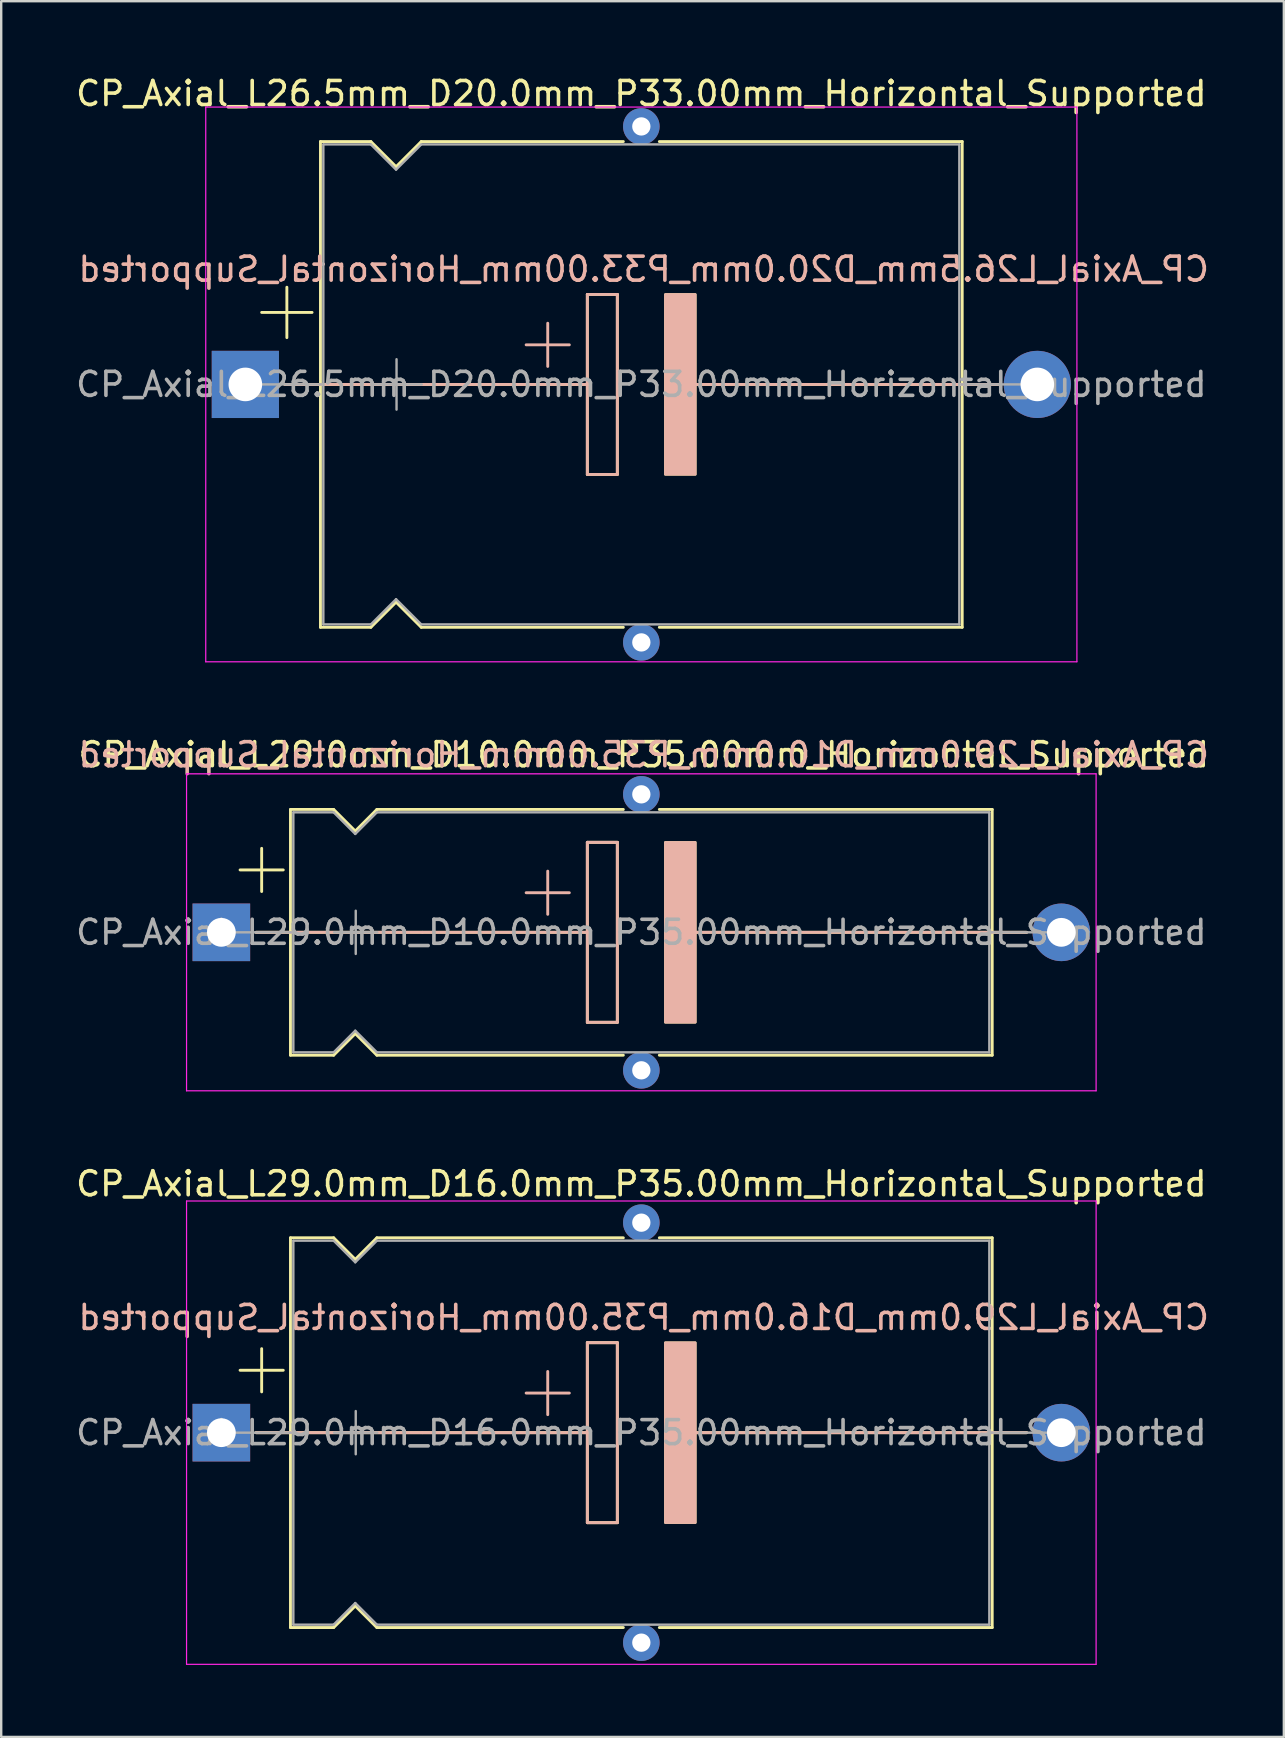
<source format=kicad_pcb>
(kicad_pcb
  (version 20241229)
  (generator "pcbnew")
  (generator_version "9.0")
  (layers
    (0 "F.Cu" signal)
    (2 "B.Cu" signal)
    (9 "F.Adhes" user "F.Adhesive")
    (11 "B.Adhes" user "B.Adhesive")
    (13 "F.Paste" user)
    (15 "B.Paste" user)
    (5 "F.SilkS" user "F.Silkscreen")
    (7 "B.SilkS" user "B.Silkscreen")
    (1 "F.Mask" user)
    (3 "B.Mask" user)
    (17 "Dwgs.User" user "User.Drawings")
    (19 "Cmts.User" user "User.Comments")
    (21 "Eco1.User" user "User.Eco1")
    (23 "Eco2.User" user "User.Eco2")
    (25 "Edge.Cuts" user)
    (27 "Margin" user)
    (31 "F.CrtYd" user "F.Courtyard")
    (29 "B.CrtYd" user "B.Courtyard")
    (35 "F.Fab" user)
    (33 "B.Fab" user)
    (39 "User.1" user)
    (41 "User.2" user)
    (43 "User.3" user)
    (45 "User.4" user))
  (footprint "CP_Axial_L29.0mm_D10.0mm_P35.00mm_Horizontal_Supported"
    (layer "F.Cu")
    (at 6.173 35.798)
    (property "Reference" "CP_Axial_L29.0mm_D10.0mm_P35.00mm_Horizontal_Supported" (at 17.6 -7.4 0) (layer "F.SilkS") (effects (font (size 1 1) (thickness 0.15))))
    (fp_line (start 0.78 -2.6) (end 2.58 -2.6) (stroke (width 0.12) (type solid)) (layer "F.SilkS"))
    (fp_line (start 1.44 0) (end 2.88 0) (stroke (width 0.12) (type solid)) (layer "F.SilkS"))
    (fp_line (start 1.68 -3.5) (end 1.68 -1.7) (stroke (width 0.12) (type solid)) (layer "F.SilkS"))
    (fp_line (start 2.88 -5.12) (end 2.88 5.12) (stroke (width 0.12) (type solid)) (layer "F.SilkS"))
    (fp_line (start 2.88 -5.12) (end 4.68 -5.12) (stroke (width 0.12) (type solid)) (layer "F.SilkS"))
    (fp_line (start 2.88 0) (end 15.25 0) (stroke (width 0.12) (type solid)) (layer "F.SilkS"))
    (fp_line (start 2.88 5.12) (end 4.68 5.12) (stroke (width 0.12) (type solid)) (layer "F.SilkS"))
    (fp_line (start 4.68 -5.12) (end 5.58 -4.22) (stroke (width 0.12) (type solid)) (layer "F.SilkS"))
    (fp_line (start 4.68 5.12) (end 5.58 4.22) (stroke (width 0.12) (type solid)) (layer "F.SilkS"))
    (fp_line (start 5.58 -4.22) (end 6.48 -5.12) (stroke (width 0.12) (type solid)) (layer "F.SilkS"))
    (fp_line (start 5.58 4.22) (end 6.48 5.12) (stroke (width 0.12) (type solid)) (layer "F.SilkS"))
    (fp_line (start 6.48 -5.12) (end 16.75 -5.12) (stroke (width 0.12) (type solid)) (layer "F.SilkS"))
    (fp_line (start 6.48 5.12) (end 16.75 5.12) (stroke (width 0.12) (type solid)) (layer "F.SilkS"))
    (fp_line (start 15.25 -3.75) (end 16.5 -3.75) (stroke (width 0.12) (type solid)) (layer "F.SilkS"))
    (fp_line (start 15.25 0) (end 15.25 -3.75) (stroke (width 0.12) (type solid)) (layer "F.SilkS"))
    (fp_line (start 15.25 3.75) (end 15.25 0) (stroke (width 0.12) (type solid)) (layer "F.SilkS"))
    (fp_line (start 16.5 -3.75) (end 16.5 3.75) (stroke (width 0.12) (type solid)) (layer "F.SilkS"))
    (fp_line (start 16.5 3.75) (end 15.25 3.75) (stroke (width 0.12) (type solid)) (layer "F.SilkS"))
    (fp_line (start 18.25 -5.12) (end 32.12 -5.12) (stroke (width 0.12) (type solid)) (layer "F.SilkS"))
    (fp_line (start 18.25 5.12) (end 32.12 5.12) (stroke (width 0.12) (type solid)) (layer "F.SilkS"))
    (fp_line (start 19.75 0) (end 32.131 0) (stroke (width 0.12) (type solid)) (layer "F.SilkS"))
    (fp_line (start 32.12 -5.12) (end 32.12 5.12) (stroke (width 0.12) (type solid)) (layer "F.SilkS"))
    (fp_line (start 33.56 0) (end 32.12 0) (stroke (width 0.12) (type solid)) (layer "F.SilkS"))
    (fp_poly (pts (xy 19.75 3.75) (xy 18.5 3.75) (xy 18.5 -3.75) (xy 19.75 -3.75)) (stroke (width 0.1) (type solid)) (fill yes) (layer "F.SilkS"))
    (fp_line (start 1.45 0) (end 8.38 0) (stroke (width 0.12) (type solid)) (layer "B.SilkS"))
    (fp_line (start 8.38 0) (end 15.25 0) (stroke (width 0.12) (type solid)) (layer "B.SilkS"))
    (fp_line (start 13.6 -2.55) (end 13.6 -0.75) (stroke (width 0.12) (type solid)) (layer "B.SilkS"))
    (fp_line (start 14.5 -1.65) (end 12.7 -1.65) (stroke (width 0.12) (type solid)) (layer "B.SilkS"))
    (fp_line (start 15.25 -3.75) (end 16.5 -3.75) (stroke (width 0.12) (type solid)) (layer "B.SilkS"))
    (fp_line (start 15.25 0) (end 15.25 -3.75) (stroke (width 0.12) (type solid)) (layer "B.SilkS"))
    (fp_line (start 15.25 3.75) (end 15.25 0) (stroke (width 0.12) (type solid)) (layer "B.SilkS"))
    (fp_line (start 16.5 -3.75) (end 16.5 3.75) (stroke (width 0.12) (type solid)) (layer "B.SilkS"))
    (fp_line (start 16.5 3.75) (end 15.25 3.75) (stroke (width 0.12) (type solid)) (layer "B.SilkS"))
    (fp_line (start 19.75 0) (end 26.62 0) (stroke (width 0.12) (type solid)) (layer "B.SilkS"))
    (fp_line (start 33.55 0) (end 26.62 0) (stroke (width 0.12) (type solid)) (layer "B.SilkS"))
    (fp_poly (pts (xy 19.75 3.75) (xy 18.5 3.75) (xy 18.5 -3.75) (xy 19.75 -3.75)) (stroke (width 0.1) (type solid)) (fill yes) (layer "B.SilkS"))
    (fp_line (start -1.45 -6.604) (end -1.45 6.604) (stroke (width 0.05) (type solid)) (layer "F.CrtYd"))
    (fp_line (start -1.45 6.604) (end 36.45 6.604) (stroke (width 0.05) (type solid)) (layer "F.CrtYd"))
    (fp_line (start 36.449 6.604) (end 36.449 -6.604) (stroke (width 0.05) (type solid)) (layer "F.CrtYd"))
    (fp_line (start 36.45 -6.604) (end -1.45 -6.604) (stroke (width 0.05) (type solid)) (layer "F.CrtYd"))
    (fp_line (start 0 0) (end 3 0) (stroke (width 0.1) (type solid)) (layer "F.Fab"))
    (fp_line (start 3 -5) (end 3 5) (stroke (width 0.1) (type solid)) (layer "F.Fab"))
    (fp_line (start 3 -5) (end 4.68 -5) (stroke (width 0.1) (type solid)) (layer "F.Fab"))
    (fp_line (start 3 5) (end 4.68 5) (stroke (width 0.1) (type solid)) (layer "F.Fab"))
    (fp_line (start 4.68 -5) (end 5.58 -4.1) (stroke (width 0.1) (type solid)) (layer "F.Fab"))
    (fp_line (start 4.68 5) (end 5.58 4.1) (stroke (width 0.1) (type solid)) (layer "F.Fab"))
    (fp_line (start 4.7 0) (end 6.5 0) (stroke (width 0.1) (type solid)) (layer "F.Fab"))
    (fp_line (start 5.58 -4.1) (end 6.48 -5) (stroke (width 0.1) (type solid)) (layer "F.Fab"))
    (fp_line (start 5.58 4.1) (end 6.48 5) (stroke (width 0.1) (type solid)) (layer "F.Fab"))
    (fp_line (start 5.6 -0.9) (end 5.6 0.9) (stroke (width 0.1) (type solid)) (layer "F.Fab"))
    (fp_line (start 6.48 -5) (end 32 -5) (stroke (width 0.1) (type solid)) (layer "F.Fab"))
    (fp_line (start 6.48 5) (end 32 5) (stroke (width 0.1) (type solid)) (layer "F.Fab"))
    (fp_line (start 32 -5) (end 32 5) (stroke (width 0.1) (type solid)) (layer "F.Fab"))
    (fp_line (start 35 0) (end 32 0) (stroke (width 0.1) (type solid)) (layer "F.Fab"))
    (fp_text user "${REFERENCE}" (at 17.6 -7.4 0) (layer "B.SilkS") (effects (font (size 1 1) (thickness 0.15)) (justify mirror)))
    (fp_text user "${REFERENCE}" (at 17.5 0 0) (layer "F.Fab") (effects (font (size 1 1) (thickness 0.15))))
    (pad "" thru_hole circle (at 17.5 -5.75) (size 1.524 1.524) (drill 0.762) (layers "*.Cu" "*.Mask"))
    (pad "" thru_hole circle (at 17.5 5.75) (size 1.524 1.524) (drill 0.762) (layers "*.Cu" "*.Mask"))
    (pad "1" thru_hole rect (at 0 0) (size 2.4 2.4) (drill 1.2) (layers "*.Cu" "*.Mask"))
    (pad "2" thru_hole oval (at 35 0) (size 2.4 2.4) (drill 1.2) (layers "*.Cu" "*.Mask")))
  (footprint "CP_Axial_L29.0mm_D16.0mm_P35.00mm_Horizontal_Supported"
    (layer "F.Cu")
    (at 6.173 56.646)
    (property "Reference" "CP_Axial_L29.0mm_D16.0mm_P35.00mm_Horizontal_Supported" (at 17.5 -10.37 0) (layer "F.SilkS") (effects (font (size 1 1) (thickness 0.15))))
    (fp_line (start 0.78 -2.6) (end 2.58 -2.6) (stroke (width 0.12) (type solid)) (layer "F.SilkS"))
    (fp_line (start 1.44 0) (end 2.88 0) (stroke (width 0.12) (type solid)) (layer "F.SilkS"))
    (fp_line (start 1.68 -3.5) (end 1.68 -1.7) (stroke (width 0.12) (type solid)) (layer "F.SilkS"))
    (fp_line (start 2.88 -8.12) (end 2.88 8.12) (stroke (width 0.12) (type solid)) (layer "F.SilkS"))
    (fp_line (start 2.88 -8.12) (end 4.68 -8.12) (stroke (width 0.12) (type solid)) (layer "F.SilkS"))
    (fp_line (start 2.88 0) (end 15.25 0) (stroke (width 0.12) (type solid)) (layer "F.SilkS"))
    (fp_line (start 2.88 8.12) (end 4.68 8.12) (stroke (width 0.12) (type solid)) (layer "F.SilkS"))
    (fp_line (start 4.68 -8.12) (end 5.58 -7.22) (stroke (width 0.12) (type solid)) (layer "F.SilkS"))
    (fp_line (start 4.68 8.12) (end 5.58 7.22) (stroke (width 0.12) (type solid)) (layer "F.SilkS"))
    (fp_line (start 5.58 -7.22) (end 6.48 -8.12) (stroke (width 0.12) (type solid)) (layer "F.SilkS"))
    (fp_line (start 5.58 7.22) (end 6.48 8.12) (stroke (width 0.12) (type solid)) (layer "F.SilkS"))
    (fp_line (start 6.48 -8.12) (end 16.75 -8.12) (stroke (width 0.12) (type solid)) (layer "F.SilkS"))
    (fp_line (start 6.48 8.12) (end 16.75 8.12) (stroke (width 0.12) (type solid)) (layer "F.SilkS"))
    (fp_line (start 15.25 -3.75) (end 16.5 -3.75) (stroke (width 0.12) (type solid)) (layer "F.SilkS"))
    (fp_line (start 15.25 0) (end 15.25 -3.75) (stroke (width 0.12) (type solid)) (layer "F.SilkS"))
    (fp_line (start 15.25 3.75) (end 15.25 0) (stroke (width 0.12) (type solid)) (layer "F.SilkS"))
    (fp_line (start 16.5 -3.75) (end 16.5 3.75) (stroke (width 0.12) (type solid)) (layer "F.SilkS"))
    (fp_line (start 16.5 3.75) (end 15.25 3.75) (stroke (width 0.12) (type solid)) (layer "F.SilkS"))
    (fp_line (start 18.25 -8.12) (end 32.12 -8.12) (stroke (width 0.12) (type solid)) (layer "F.SilkS"))
    (fp_line (start 18.25 8.12) (end 32.12 8.12) (stroke (width 0.12) (type solid)) (layer "F.SilkS"))
    (fp_line (start 19.75 0) (end 32.131 0) (stroke (width 0.12) (type solid)) (layer "F.SilkS"))
    (fp_line (start 32.12 -8.12) (end 32.12 8.12) (stroke (width 0.12) (type solid)) (layer "F.SilkS"))
    (fp_line (start 33.56 0) (end 32.12 0) (stroke (width 0.12) (type solid)) (layer "F.SilkS"))
    (fp_poly (pts (xy 19.75 3.75) (xy 18.5 3.75) (xy 18.5 -3.75) (xy 19.75 -3.75)) (stroke (width 0.1) (type solid)) (fill yes) (layer "F.SilkS"))
    (fp_line (start 1.45 0) (end 8.38 0) (stroke (width 0.12) (type solid)) (layer "B.SilkS"))
    (fp_line (start 8.38 0) (end 15.25 0) (stroke (width 0.12) (type solid)) (layer "B.SilkS"))
    (fp_line (start 13.6 -2.55) (end 13.6 -0.75) (stroke (width 0.12) (type solid)) (layer "B.SilkS"))
    (fp_line (start 14.5 -1.65) (end 12.7 -1.65) (stroke (width 0.12) (type solid)) (layer "B.SilkS"))
    (fp_line (start 15.25 -3.75) (end 16.5 -3.75) (stroke (width 0.12) (type solid)) (layer "B.SilkS"))
    (fp_line (start 15.25 0) (end 15.25 -3.75) (stroke (width 0.12) (type solid)) (layer "B.SilkS"))
    (fp_line (start 15.25 3.75) (end 15.25 0) (stroke (width 0.12) (type solid)) (layer "B.SilkS"))
    (fp_line (start 16.5 -3.75) (end 16.5 3.75) (stroke (width 0.12) (type solid)) (layer "B.SilkS"))
    (fp_line (start 16.5 3.75) (end 15.25 3.75) (stroke (width 0.12) (type solid)) (layer "B.SilkS"))
    (fp_line (start 19.75 0) (end 26.62 0) (stroke (width 0.12) (type solid)) (layer "B.SilkS"))
    (fp_line (start 33.55 0) (end 26.62 0) (stroke (width 0.12) (type solid)) (layer "B.SilkS"))
    (fp_poly (pts (xy 19.75 3.75) (xy 18.5 3.75) (xy 18.5 -3.75) (xy 19.75 -3.75)) (stroke (width 0.1) (type solid)) (fill yes) (layer "B.SilkS"))
    (fp_line (start -1.45 -9.652) (end -1.45 9.652) (stroke (width 0.05) (type solid)) (layer "F.CrtYd"))
    (fp_line (start -1.45 9.652) (end 36.45 9.652) (stroke (width 0.05) (type solid)) (layer "F.CrtYd"))
    (fp_line (start 36.449 9.652) (end 36.45 -9.652) (stroke (width 0.05) (type solid)) (layer "F.CrtYd"))
    (fp_line (start 36.45 -9.652) (end -1.45 -9.652) (stroke (width 0.05) (type solid)) (layer "F.CrtYd"))
    (fp_line (start 0 0) (end 3 0) (stroke (width 0.1) (type solid)) (layer "F.Fab"))
    (fp_line (start 3 -8) (end 3 8) (stroke (width 0.1) (type solid)) (layer "F.Fab"))
    (fp_line (start 3 -8) (end 4.68 -8) (stroke (width 0.1) (type solid)) (layer "F.Fab"))
    (fp_line (start 3 8) (end 4.68 8) (stroke (width 0.1) (type solid)) (layer "F.Fab"))
    (fp_line (start 4.68 -8) (end 5.58 -7.1) (stroke (width 0.1) (type solid)) (layer "F.Fab"))
    (fp_line (start 4.68 8) (end 5.58 7.1) (stroke (width 0.1) (type solid)) (layer "F.Fab"))
    (fp_line (start 4.7 0) (end 6.5 0) (stroke (width 0.1) (type solid)) (layer "F.Fab"))
    (fp_line (start 5.58 -7.1) (end 6.48 -8) (stroke (width 0.1) (type solid)) (layer "F.Fab"))
    (fp_line (start 5.58 7.1) (end 6.48 8) (stroke (width 0.1) (type solid)) (layer "F.Fab"))
    (fp_line (start 5.6 -0.9) (end 5.6 0.9) (stroke (width 0.1) (type solid)) (layer "F.Fab"))
    (fp_line (start 6.48 -8) (end 32 -8) (stroke (width 0.1) (type solid)) (layer "F.Fab"))
    (fp_line (start 6.48 8) (end 32 8) (stroke (width 0.1) (type solid)) (layer "F.Fab"))
    (fp_line (start 32 -8) (end 32 8) (stroke (width 0.1) (type solid)) (layer "F.Fab"))
    (fp_line (start 35 0) (end 32 0) (stroke (width 0.1) (type solid)) (layer "F.Fab"))
    (fp_text user "${REFERENCE}" (at 17.6 -4.8 0) (layer "B.SilkS") (effects (font (size 1 1) (thickness 0.15)) (justify mirror)))
    (fp_text user "${REFERENCE}" (at 17.5 0 0) (layer "F.Fab") (effects (font (size 1 1) (thickness 0.15))))
    (pad "" thru_hole circle (at 17.5 -8.75) (size 1.524 1.524) (drill 0.762) (layers "*.Cu" "*.Mask"))
    (pad "" thru_hole circle (at 17.5 8.75) (size 1.524 1.524) (drill 0.762) (layers "*.Cu" "*.Mask"))
    (pad "1" thru_hole rect (at 0 0) (size 2.4 2.4) (drill 1.2) (layers "*.Cu" "*.Mask"))
    (pad "2" thru_hole oval (at 35 0) (size 2.4 2.4) (drill 1.2) (layers "*.Cu" "*.Mask")))
  (footprint "CP_Axial_L26.5mm_D20.0mm_P33.00mm_Horizontal_Supported"
    (layer "F.Cu")
    (at 7.173 12.968)
    (property "Reference" "CP_Axial_L26.5mm_D20.0mm_P33.00mm_Horizontal_Supported" (at 16.5 -12.12 0) (layer "F.SilkS") (effects (font (size 1 1) (thickness 0.15))))
    (fp_line (start 0.68 -3) (end 2.78 -3) (stroke (width 0.12) (type solid)) (layer "F.SilkS"))
    (fp_line (start 1.64 0) (end 3.13 0) (stroke (width 0.12) (type solid)) (layer "F.SilkS"))
    (fp_line (start 1.73 -4.05) (end 1.73 -1.95) (stroke (width 0.12) (type solid)) (layer "F.SilkS"))
    (fp_line (start 3.13 -10.12) (end 3.13 10.12) (stroke (width 0.12) (type solid)) (layer "F.SilkS"))
    (fp_line (start 3.13 -10.12) (end 5.23 -10.12) (stroke (width 0.12) (type solid)) (layer "F.SilkS"))
    (fp_line (start 3.13 0) (end 14.25 0) (stroke (width 0.12) (type solid)) (layer "F.SilkS"))
    (fp_line (start 3.13 10.12) (end 5.23 10.12) (stroke (width 0.12) (type solid)) (layer "F.SilkS"))
    (fp_line (start 5.23 -10.12) (end 6.28 -9.07) (stroke (width 0.12) (type solid)) (layer "F.SilkS"))
    (fp_line (start 5.23 10.12) (end 6.28 9.07) (stroke (width 0.12) (type solid)) (layer "F.SilkS"))
    (fp_line (start 6.28 -9.07) (end 7.33 -10.12) (stroke (width 0.12) (type solid)) (layer "F.SilkS"))
    (fp_line (start 6.28 9.07) (end 7.33 10.12) (stroke (width 0.12) (type solid)) (layer "F.SilkS"))
    (fp_line (start 7.33 -10.12) (end 15.75 -10.12) (stroke (width 0.12) (type solid)) (layer "F.SilkS"))
    (fp_line (start 7.33 10.12) (end 15.75 10.12) (stroke (width 0.12) (type solid)) (layer "F.SilkS"))
    (fp_line (start 14.25 -3.75) (end 15.5 -3.75) (stroke (width 0.12) (type solid)) (layer "F.SilkS"))
    (fp_line (start 14.25 0) (end 14.25 -3.75) (stroke (width 0.12) (type solid)) (layer "F.SilkS"))
    (fp_line (start 14.25 3.75) (end 14.25 0) (stroke (width 0.12) (type solid)) (layer "F.SilkS"))
    (fp_line (start 15.5 -3.75) (end 15.5 3.75) (stroke (width 0.12) (type solid)) (layer "F.SilkS"))
    (fp_line (start 15.5 3.75) (end 14.25 3.75) (stroke (width 0.12) (type solid)) (layer "F.SilkS"))
    (fp_line (start 17.25 -10.12) (end 29.87 -10.12) (stroke (width 0.12) (type solid)) (layer "F.SilkS"))
    (fp_line (start 17.25 10.12) (end 29.87 10.12) (stroke (width 0.12) (type solid)) (layer "F.SilkS"))
    (fp_line (start 18.75 0) (end 29.87 0) (stroke (width 0.12) (type solid)) (layer "F.SilkS"))
    (fp_line (start 29.87 -10.12) (end 29.87 10.12) (stroke (width 0.12) (type solid)) (layer "F.SilkS"))
    (fp_line (start 31.36 0) (end 29.87 0) (stroke (width 0.12) (type solid)) (layer "F.SilkS"))
    (fp_poly (pts (xy 18.75 3.75) (xy 17.5 3.75) (xy 17.5 -3.75) (xy 18.75 -3.75)) (stroke (width 0.1) (type solid)) (fill yes) (layer "F.SilkS"))
    (fp_line (start 1.65 0) (end 7.38 0) (stroke (width 0.12) (type solid)) (layer "B.SilkS"))
    (fp_line (start 7.38 0) (end 14.25 0) (stroke (width 0.12) (type solid)) (layer "B.SilkS"))
    (fp_line (start 12.6 -2.55) (end 12.6 -0.75) (stroke (width 0.12) (type solid)) (layer "B.SilkS"))
    (fp_line (start 13.5 -1.65) (end 11.7 -1.65) (stroke (width 0.12) (type solid)) (layer "B.SilkS"))
    (fp_line (start 14.25 -3.75) (end 15.5 -3.75) (stroke (width 0.12) (type solid)) (layer "B.SilkS"))
    (fp_line (start 14.25 0) (end 14.25 -3.75) (stroke (width 0.12) (type solid)) (layer "B.SilkS"))
    (fp_line (start 14.25 3.75) (end 14.25 0) (stroke (width 0.12) (type solid)) (layer "B.SilkS"))
    (fp_line (start 15.5 -3.75) (end 15.5 3.75) (stroke (width 0.12) (type solid)) (layer "B.SilkS"))
    (fp_line (start 15.5 3.75) (end 14.25 3.75) (stroke (width 0.12) (type solid)) (layer "B.SilkS"))
    (fp_line (start 18.75 0) (end 25.62 0) (stroke (width 0.12) (type solid)) (layer "B.SilkS"))
    (fp_line (start 31.35 0) (end 25.62 0) (stroke (width 0.12) (type solid)) (layer "B.SilkS"))
    (fp_poly (pts (xy 18.75 3.75) (xy 17.5 3.75) (xy 17.5 -3.75) (xy 18.75 -3.75)) (stroke (width 0.1) (type solid)) (fill yes) (layer "B.SilkS"))
    (fp_line (start -1.651 11.557) (end 34.649 11.557) (stroke (width 0.05) (type solid)) (layer "F.CrtYd"))
    (fp_line (start -1.65 -11.557) (end -1.65 11.557) (stroke (width 0.05) (type solid)) (layer "F.CrtYd"))
    (fp_line (start 34.649 -11.557) (end -1.651 -11.557) (stroke (width 0.05) (type solid)) (layer "F.CrtYd"))
    (fp_line (start 34.649 11.557) (end 34.649 -11.557) (stroke (width 0.05) (type solid)) (layer "F.CrtYd"))
    (fp_line (start 0 0) (end 3.25 0) (stroke (width 0.1) (type solid)) (layer "F.Fab"))
    (fp_line (start 3.25 -10) (end 3.25 10) (stroke (width 0.1) (type solid)) (layer "F.Fab"))
    (fp_line (start 3.25 -10) (end 5.23 -10) (stroke (width 0.1) (type solid)) (layer "F.Fab"))
    (fp_line (start 3.25 10) (end 5.23 10) (stroke (width 0.1) (type solid)) (layer "F.Fab"))
    (fp_line (start 5.23 -10) (end 6.28 -8.95) (stroke (width 0.1) (type solid)) (layer "F.Fab"))
    (fp_line (start 5.23 10) (end 6.28 8.95) (stroke (width 0.1) (type solid)) (layer "F.Fab"))
    (fp_line (start 5.25 0) (end 7.35 0) (stroke (width 0.1) (type solid)) (layer "F.Fab"))
    (fp_line (start 6.28 -8.95) (end 7.33 -10) (stroke (width 0.1) (type solid)) (layer "F.Fab"))
    (fp_line (start 6.28 8.95) (end 7.33 10) (stroke (width 0.1) (type solid)) (layer "F.Fab"))
    (fp_line (start 6.3 -1.05) (end 6.3 1.05) (stroke (width 0.1) (type solid)) (layer "F.Fab"))
    (fp_line (start 7.33 -10) (end 29.75 -10) (stroke (width 0.1) (type solid)) (layer "F.Fab"))
    (fp_line (start 7.33 10) (end 29.75 10) (stroke (width 0.1) (type solid)) (layer "F.Fab"))
    (fp_line (start 29.75 -10) (end 29.75 10) (stroke (width 0.1) (type solid)) (layer "F.Fab"))
    (fp_line (start 33 0) (end 29.75 0) (stroke (width 0.1) (type solid)) (layer "F.Fab"))
    (fp_text user "${REFERENCE}" (at 16.6 -4.8 0) (layer "B.SilkS") (effects (font (size 1 1) (thickness 0.15)) (justify mirror)))
    (fp_text user "${REFERENCE}" (at 16.5 0 0) (layer "F.Fab") (effects (font (size 1 1) (thickness 0.15))))
    (pad "" thru_hole circle (at 16.5 -10.75) (size 1.524 1.524) (drill 0.762) (layers "*.Cu" "*.Mask"))
    (pad "" thru_hole circle (at 16.5 10.75) (size 1.524 1.524) (drill 0.762) (layers "*.Cu" "*.Mask"))
    (pad "1" thru_hole rect (at 0 0) (size 2.8 2.8) (drill 1.4) (layers "*.Cu" "*.Mask"))
    (pad "2" thru_hole oval (at 33 0) (size 2.8 2.8) (drill 1.4) (layers "*.Cu" "*.Mask")))
  (gr_rect
    (start -3 -3)
    (end 50.445 69.323)
    (stroke (width 0.1) (type default))
    (fill no)
    (layer "Edge.Cuts")))
</source>
